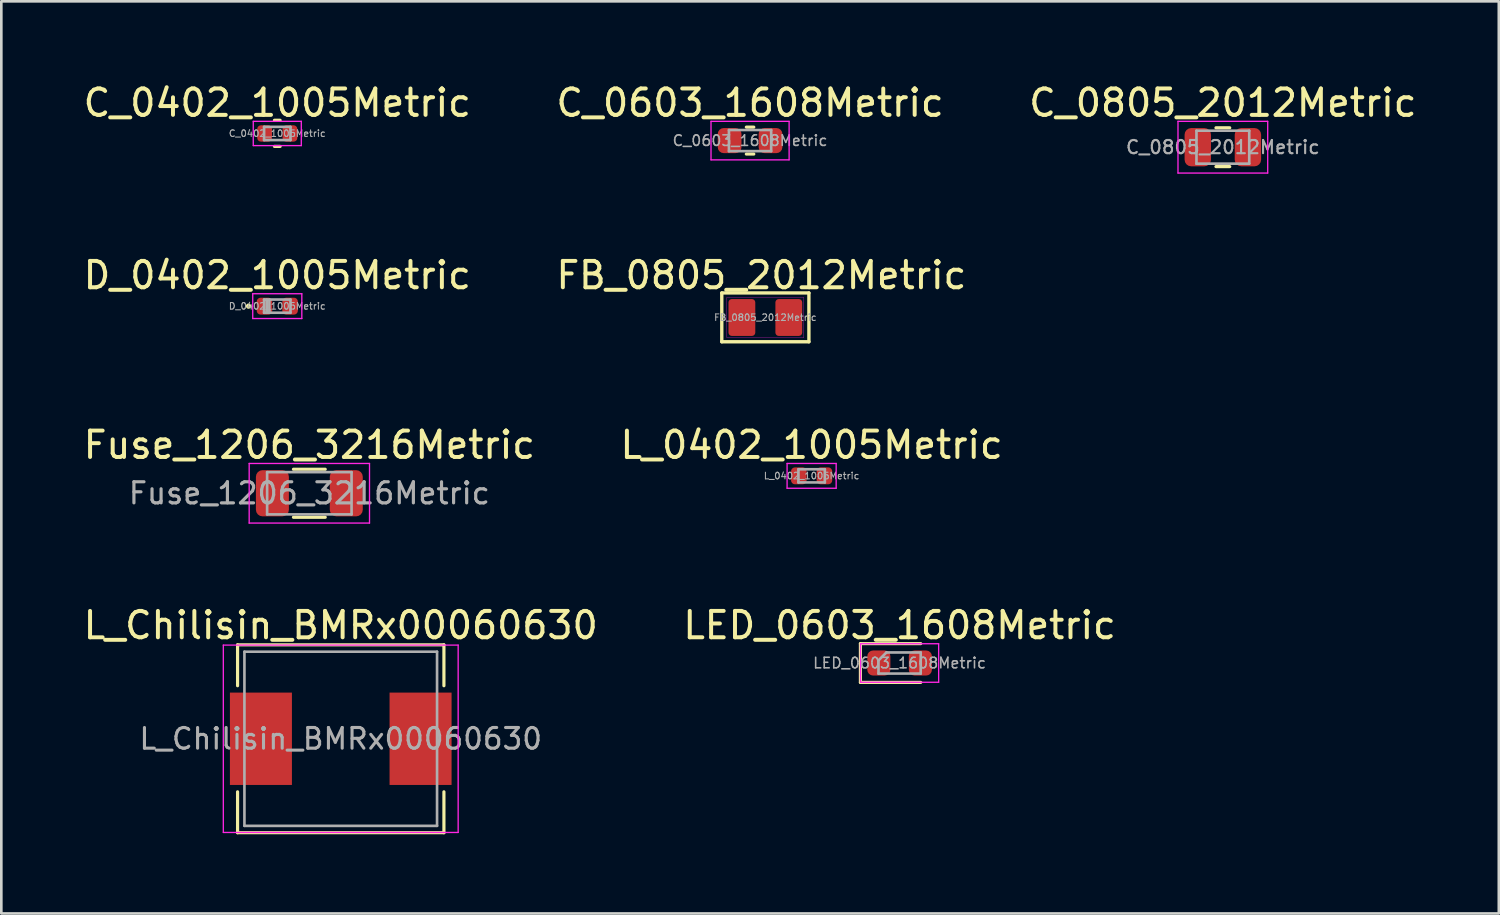
<source format=kicad_pcb>
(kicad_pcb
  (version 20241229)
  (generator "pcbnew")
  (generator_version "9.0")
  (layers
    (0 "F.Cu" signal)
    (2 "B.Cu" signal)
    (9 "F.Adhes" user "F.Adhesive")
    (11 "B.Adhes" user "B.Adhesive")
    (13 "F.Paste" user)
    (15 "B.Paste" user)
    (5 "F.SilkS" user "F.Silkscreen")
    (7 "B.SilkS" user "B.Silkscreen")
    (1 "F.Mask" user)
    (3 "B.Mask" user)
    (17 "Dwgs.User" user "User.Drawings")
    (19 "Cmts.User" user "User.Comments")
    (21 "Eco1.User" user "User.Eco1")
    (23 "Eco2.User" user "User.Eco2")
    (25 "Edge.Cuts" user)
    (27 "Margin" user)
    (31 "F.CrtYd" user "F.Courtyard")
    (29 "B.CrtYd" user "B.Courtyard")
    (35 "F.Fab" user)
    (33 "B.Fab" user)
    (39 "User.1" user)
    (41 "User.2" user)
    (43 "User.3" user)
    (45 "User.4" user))
  (footprint "L_Chilisin_BMRx00060630"
    (layer "F.Cu")
    (at 9.863 24.947)
    (property "Reference" "L_Chilisin_BMRx00060630" (at 0 -4.3 0) (layer "F.SilkS") (effects (font (size 1 1) (thickness 0.15))))
    (attr smd)
    (fp_line (start -3.91 -3.56) (end -3.91 -2.01) (stroke (width 0.12) (type solid)) (layer "F.SilkS"))
    (fp_line (start -3.91 -3.56) (end 3.91 -3.56) (stroke (width 0.12) (type solid)) (layer "F.SilkS"))
    (fp_line (start -3.91 3.56) (end -3.91 2.01) (stroke (width 0.12) (type solid)) (layer "F.SilkS"))
    (fp_line (start -3.91 3.56) (end 3.91 3.56) (stroke (width 0.12) (type solid)) (layer "F.SilkS"))
    (fp_line (start 3.91 -3.56) (end 3.91 -2.01) (stroke (width 0.12) (type solid)) (layer "F.SilkS"))
    (fp_line (start 3.91 3.56) (end 3.91 2.01) (stroke (width 0.12) (type solid)) (layer "F.SilkS"))
    (fp_line (start -4.45 -3.55) (end -4.45 3.55) (stroke (width 0.05) (type solid)) (layer "F.CrtYd"))
    (fp_line (start -4.45 3.55) (end 4.45 3.55) (stroke (width 0.05) (type solid)) (layer "F.CrtYd"))
    (fp_line (start 4.45 -3.55) (end -4.45 -3.55) (stroke (width 0.05) (type solid)) (layer "F.CrtYd"))
    (fp_line (start 4.45 3.55) (end 4.45 -3.55) (stroke (width 0.05) (type solid)) (layer "F.CrtYd"))
    (fp_line (start -3.65 -3.3) (end -3.65 3.3) (stroke (width 0.1) (type solid)) (layer "F.Fab"))
    (fp_line (start -3.65 3.3) (end 3.65 3.3) (stroke (width 0.1) (type solid)) (layer "F.Fab"))
    (fp_line (start 3.65 -3.3) (end -3.65 -3.3) (stroke (width 0.1) (type solid)) (layer "F.Fab"))
    (fp_line (start 3.65 3.3) (end 3.65 -3.3) (stroke (width 0.1) (type solid)) (layer "F.Fab"))
    (fp_text user "${REFERENCE}" (at 0 0 0) (layer "F.Fab") (effects (font (size 0.783 0.783) (thickness 0.117))))
    (pad "1" smd rect (at -3.025 0) (size 2.35 3.5) (layers "F.Cu" "F.Mask" "F.Paste"))
    (pad "2" smd rect (at 3.025 0) (size 2.35 3.5) (layers "F.Cu" "F.Mask" "F.Paste")))
  (footprint "FB_0805_2012Metric"
    (layer "F.Cu")
    (at 25.954 8.982)
    (property "Reference" "FB_0805_2012Metric" (at -0.15 -1.6 180) (layer "F.SilkS") (effects (font (size 1 1) (thickness 0.15))))
    (attr smd)
    (fp_line (start -1.651 -0.93) (end 1.651 -0.93) (stroke (width 0.127) (type solid)) (layer "F.SilkS"))
    (fp_line (start -1.651 0.92) (end -1.651 -0.93) (stroke (width 0.127) (type solid)) (layer "F.SilkS"))
    (fp_line (start 1.651 -0.93) (end 1.651 0.92) (stroke (width 0.127) (type solid)) (layer "F.SilkS"))
    (fp_line (start 1.651 0.92) (end -1.651 0.92) (stroke (width 0.127) (type solid)) (layer "F.SilkS"))
    (fp_poly (pts (xy -1.462 -0.762) (xy 1.46 -0.762) (xy 1.46 0.763) (xy -1.462 0.763)) (stroke (width 0.01) (type solid)) (fill no) (layer "F.CrtYd"))
    (fp_text user "${REFERENCE}" (at 0 0 0) (layer "F.Fab") (effects (font (size 0.25 0.25) (thickness 0.04))))
    (pad "1" smd roundrect (at -0.889 0) (size 1.016 1.397) (layers "F.Cu" "F.Mask" "F.Paste") (roundrect_rratio 0.125))
    (pad "2" smd roundrect (at 0.889 0) (size 1.016 1.397) (layers "F.Cu" "F.Mask" "F.Paste") (roundrect_rratio 0.125)))
  (footprint "LED_0603_1608Metric"
    (layer "F.Cu")
    (at 31.042 22.076)
    (property "Reference" "LED_0603_1608Metric" (at 0 -1.43 0) (layer "F.SilkS") (effects (font (size 1 1) (thickness 0.15))))
    (attr smd)
    (fp_line (start -1.485 -0.735) (end -1.485 0.735) (stroke (width 0.12) (type solid)) (layer "F.SilkS"))
    (fp_line (start -1.485 0.735) (end 0.8 0.735) (stroke (width 0.12) (type solid)) (layer "F.SilkS"))
    (fp_line (start 0.8 -0.735) (end -1.485 -0.735) (stroke (width 0.12) (type solid)) (layer "F.SilkS"))
    (fp_line (start -1.48 -0.73) (end 1.48 -0.73) (stroke (width 0.05) (type solid)) (layer "F.CrtYd"))
    (fp_line (start -1.48 0.73) (end -1.48 -0.73) (stroke (width 0.05) (type solid)) (layer "F.CrtYd"))
    (fp_line (start 1.48 -0.73) (end 1.48 0.73) (stroke (width 0.05) (type solid)) (layer "F.CrtYd"))
    (fp_line (start 1.48 0.73) (end -1.48 0.73) (stroke (width 0.05) (type solid)) (layer "F.CrtYd"))
    (fp_line (start -0.8 -0.1) (end -0.8 0.4) (stroke (width 0.1) (type solid)) (layer "F.Fab"))
    (fp_line (start -0.8 0.4) (end 0.8 0.4) (stroke (width 0.1) (type solid)) (layer "F.Fab"))
    (fp_line (start -0.5 -0.4) (end -0.8 -0.1) (stroke (width 0.1) (type solid)) (layer "F.Fab"))
    (fp_line (start 0.8 -0.4) (end -0.5 -0.4) (stroke (width 0.1) (type solid)) (layer "F.Fab"))
    (fp_line (start 0.8 0.4) (end 0.8 -0.4) (stroke (width 0.1) (type solid)) (layer "F.Fab"))
    (fp_text user "${REFERENCE}" (at 0 0 0) (layer "F.Fab") (effects (font (size 0.4 0.4) (thickness 0.06))))
    (pad "1" smd roundrect (at -0.787 0) (size 0.875 0.95) (layers "F.Cu" "F.Mask" "F.Paste") (roundrect_rratio 0.25))
    (pad "2" smd roundrect (at 0.787 0) (size 0.875 0.95) (layers "F.Cu" "F.Mask" "F.Paste") (roundrect_rratio 0.25)))
  (footprint "C_0402_1005Metric"
    (layer "F.Cu")
    (at 7.458 2.008)
    (property "Reference" "C_0402_1005Metric" (at 0 -1.16 0) (layer "F.SilkS") (effects (font (size 1 1) (thickness 0.15))))
    (attr smd)
    (fp_line (start -0.108 -0.5) (end 0.108 -0.5) (stroke (width 0.12) (type solid)) (layer "F.SilkS"))
    (fp_line (start -0.108 0.49) (end 0.108 0.49) (stroke (width 0.12) (type solid)) (layer "F.SilkS"))
    (fp_line (start -0.91 -0.46) (end 0.91 -0.46) (stroke (width 0.05) (type solid)) (layer "F.CrtYd"))
    (fp_line (start -0.91 0.46) (end -0.91 -0.46) (stroke (width 0.05) (type solid)) (layer "F.CrtYd"))
    (fp_line (start 0.91 -0.46) (end 0.91 0.46) (stroke (width 0.05) (type solid)) (layer "F.CrtYd"))
    (fp_line (start 0.91 0.46) (end -0.91 0.46) (stroke (width 0.05) (type solid)) (layer "F.CrtYd"))
    (fp_line (start -0.5 -0.25) (end 0.5 -0.25) (stroke (width 0.1) (type solid)) (layer "F.Fab"))
    (fp_line (start -0.5 0.25) (end -0.5 -0.25) (stroke (width 0.1) (type solid)) (layer "F.Fab"))
    (fp_line (start 0.5 -0.25) (end 0.5 0.25) (stroke (width 0.1) (type solid)) (layer "F.Fab"))
    (fp_line (start 0.5 0.25) (end -0.5 0.25) (stroke (width 0.1) (type solid)) (layer "F.Fab"))
    (fp_text user "${REFERENCE}" (at 0 0 0) (layer "F.Fab") (effects (font (size 0.25 0.25) (thickness 0.04))))
    (pad "1" smd roundrect (at -0.48 0) (size 0.56 0.62) (layers "F.Cu" "F.Mask" "F.Paste") (roundrect_rratio 0.25))
    (pad "2" smd roundrect (at 0.48 0) (size 0.56 0.62) (layers "F.Cu" "F.Mask" "F.Paste") (roundrect_rratio 0.25)))
  (footprint "L_0402_1005Metric"
    (layer "F.Cu")
    (at 27.708 14.983)
    (property "Reference" "L_0402_1005Metric" (at 0 -1.17 0) (layer "F.SilkS") (effects (font (size 1 1) (thickness 0.15))))
    (attr smd)
    (fp_line (start -0.93 -0.47) (end 0.93 -0.47) (stroke (width 0.05) (type solid)) (layer "F.CrtYd"))
    (fp_line (start -0.93 0.47) (end -0.93 -0.47) (stroke (width 0.05) (type solid)) (layer "F.CrtYd"))
    (fp_line (start 0.93 -0.47) (end 0.93 0.47) (stroke (width 0.05) (type solid)) (layer "F.CrtYd"))
    (fp_line (start 0.93 0.47) (end -0.93 0.47) (stroke (width 0.05) (type solid)) (layer "F.CrtYd"))
    (fp_line (start -0.5 -0.25) (end 0.5 -0.25) (stroke (width 0.1) (type solid)) (layer "F.Fab"))
    (fp_line (start -0.5 0.25) (end -0.5 -0.25) (stroke (width 0.1) (type solid)) (layer "F.Fab"))
    (fp_line (start 0.5 -0.25) (end 0.5 0.25) (stroke (width 0.1) (type solid)) (layer "F.Fab"))
    (fp_line (start 0.5 0.25) (end -0.5 0.25) (stroke (width 0.1) (type solid)) (layer "F.Fab"))
    (fp_text user "${REFERENCE}" (at 0 0 0) (layer "F.Fab") (effects (font (size 0.25 0.25) (thickness 0.04))))
    (pad "1" smd roundrect (at -0.485 0) (size 0.59 0.64) (layers "F.Cu" "F.Mask" "F.Paste") (roundrect_rratio 0.25))
    (pad "2" smd roundrect (at 0.485 0) (size 0.59 0.64) (layers "F.Cu" "F.Mask" "F.Paste") (roundrect_rratio 0.25)))
  (footprint "D_0402_1005Metric"
    (layer "F.Cu")
    (at 7.458 8.552)
    (property "Reference" "D_0402_1005Metric" (at 0 -1.17 180) (layer "F.SilkS") (effects (font (size 1 1) (thickness 0.15))))
    (attr smd)
    (fp_circle (center -1.09 0) (end -1.04 0) (stroke (width 0.1) (type solid)) (fill no) (layer "F.SilkS"))
    (fp_line (start -0.93 -0.47) (end 0.93 -0.47) (stroke (width 0.05) (type solid)) (layer "F.CrtYd"))
    (fp_line (start -0.93 0.47) (end -0.93 -0.47) (stroke (width 0.05) (type solid)) (layer "F.CrtYd"))
    (fp_line (start 0.93 -0.47) (end 0.93 0.47) (stroke (width 0.05) (type solid)) (layer "F.CrtYd"))
    (fp_line (start 0.93 0.47) (end -0.93 0.47) (stroke (width 0.05) (type solid)) (layer "F.CrtYd"))
    (fp_line (start -0.5 -0.25) (end 0.5 -0.25) (stroke (width 0.1) (type solid)) (layer "F.Fab"))
    (fp_line (start -0.5 0.25) (end -0.5 -0.25) (stroke (width 0.1) (type solid)) (layer "F.Fab"))
    (fp_line (start -0.4 0.25) (end -0.4 -0.25) (stroke (width 0.1) (type solid)) (layer "F.Fab"))
    (fp_line (start -0.3 0.25) (end -0.3 -0.25) (stroke (width 0.1) (type solid)) (layer "F.Fab"))
    (fp_line (start 0.5 -0.25) (end 0.5 0.25) (stroke (width 0.1) (type solid)) (layer "F.Fab"))
    (fp_line (start 0.5 0.25) (end -0.5 0.25) (stroke (width 0.1) (type solid)) (layer "F.Fab"))
    (fp_text user "${REFERENCE}" (at 0 0 180) (layer "F.Fab") (effects (font (size 0.25 0.25) (thickness 0.04))))
    (pad "1" smd roundrect (at -0.485 0) (size 0.59 0.64) (layers "F.Cu" "F.Mask" "F.Paste") (roundrect_rratio 0.25))
    (pad "2" smd roundrect (at 0.485 0) (size 0.59 0.64) (layers "F.Cu" "F.Mask" "F.Paste") (roundrect_rratio 0.25)))
  (footprint "Fuse_1206_3216Metric"
    (layer "F.Cu")
    (at 8.673 15.643)
    (property "Reference" "Fuse_1206_3216Metric" (at 0 -1.83 0) (layer "F.SilkS") (effects (font (size 1 1) (thickness 0.15))))
    (attr smd)
    (fp_line (start -0.602 -0.91) (end 0.602 -0.91) (stroke (width 0.12) (type solid)) (layer "F.SilkS"))
    (fp_line (start -0.602 0.91) (end 0.602 0.91) (stroke (width 0.12) (type solid)) (layer "F.SilkS"))
    (fp_line (start -2.28 -1.13) (end 2.28 -1.13) (stroke (width 0.05) (type solid)) (layer "F.CrtYd"))
    (fp_line (start -2.28 1.13) (end -2.28 -1.13) (stroke (width 0.05) (type solid)) (layer "F.CrtYd"))
    (fp_line (start 2.28 -1.13) (end 2.28 1.13) (stroke (width 0.05) (type solid)) (layer "F.CrtYd"))
    (fp_line (start 2.28 1.13) (end -2.28 1.13) (stroke (width 0.05) (type solid)) (layer "F.CrtYd"))
    (fp_line (start -1.6 -0.8) (end 1.6 -0.8) (stroke (width 0.1) (type solid)) (layer "F.Fab"))
    (fp_line (start -1.6 0.8) (end -1.6 -0.8) (stroke (width 0.1) (type solid)) (layer "F.Fab"))
    (fp_line (start 1.6 -0.8) (end 1.6 0.8) (stroke (width 0.1) (type solid)) (layer "F.Fab"))
    (fp_line (start 1.6 0.8) (end -1.6 0.8) (stroke (width 0.1) (type solid)) (layer "F.Fab"))
    (fp_text user "${REFERENCE}" (at 0 0 0) (layer "F.Fab") (effects (font (size 0.8 0.8) (thickness 0.12))))
    (pad "1" smd roundrect (at -1.4 0) (size 1.25 1.75) (layers "F.Cu" "F.Mask" "F.Paste") (roundrect_rratio 0.2))
    (pad "2" smd roundrect (at 1.4 0) (size 1.25 1.75) (layers "F.Cu" "F.Mask" "F.Paste") (roundrect_rratio 0.2)))
  (footprint "C_0603_1608Metric"
    (layer "F.Cu")
    (at 25.375 2.278)
    (property "Reference" "C_0603_1608Metric" (at 0 -1.43 0) (layer "F.SilkS") (effects (font (size 1 1) (thickness 0.15))))
    (attr smd)
    (fp_line (start -0.141 -0.51) (end 0.141 -0.51) (stroke (width 0.12) (type solid)) (layer "F.SilkS"))
    (fp_line (start -0.141 0.51) (end 0.141 0.51) (stroke (width 0.12) (type solid)) (layer "F.SilkS"))
    (fp_line (start -1.48 -0.73) (end 1.48 -0.73) (stroke (width 0.05) (type solid)) (layer "F.CrtYd"))
    (fp_line (start -1.48 0.73) (end -1.48 -0.73) (stroke (width 0.05) (type solid)) (layer "F.CrtYd"))
    (fp_line (start 1.48 -0.73) (end 1.48 0.73) (stroke (width 0.05) (type solid)) (layer "F.CrtYd"))
    (fp_line (start 1.48 0.73) (end -1.48 0.73) (stroke (width 0.05) (type solid)) (layer "F.CrtYd"))
    (fp_line (start -0.8 -0.4) (end 0.8 -0.4) (stroke (width 0.1) (type solid)) (layer "F.Fab"))
    (fp_line (start -0.8 0.4) (end -0.8 -0.4) (stroke (width 0.1) (type solid)) (layer "F.Fab"))
    (fp_line (start 0.8 -0.4) (end 0.8 0.4) (stroke (width 0.1) (type solid)) (layer "F.Fab"))
    (fp_line (start 0.8 0.4) (end -0.8 0.4) (stroke (width 0.1) (type solid)) (layer "F.Fab"))
    (fp_text user "${REFERENCE}" (at 0 0 0) (layer "F.Fab") (effects (font (size 0.4 0.4) (thickness 0.06))))
    (pad "1" smd roundrect (at -0.775 0) (size 0.9 0.95) (layers "F.Cu" "F.Mask" "F.Paste") (roundrect_rratio 0.25))
    (pad "2" smd roundrect (at 0.775 0) (size 0.9 0.95) (layers "F.Cu" "F.Mask" "F.Paste") (roundrect_rratio 0.25)))
  (footprint "C_0805_2012Metric"
    (layer "F.Cu")
    (at 43.292 2.528)
    (property "Reference" "C_0805_2012Metric" (at 0 -1.68 0) (layer "F.SilkS") (effects (font (size 1 1) (thickness 0.15))))
    (attr smd)
    (fp_line (start -0.261 -0.735) (end 0.261 -0.735) (stroke (width 0.12) (type solid)) (layer "F.SilkS"))
    (fp_line (start -0.261 0.735) (end 0.261 0.735) (stroke (width 0.12) (type solid)) (layer "F.SilkS"))
    (fp_line (start -1.7 -0.98) (end 1.7 -0.98) (stroke (width 0.05) (type solid)) (layer "F.CrtYd"))
    (fp_line (start -1.7 0.98) (end -1.7 -0.98) (stroke (width 0.05) (type solid)) (layer "F.CrtYd"))
    (fp_line (start 1.7 -0.98) (end 1.7 0.98) (stroke (width 0.05) (type solid)) (layer "F.CrtYd"))
    (fp_line (start 1.7 0.98) (end -1.7 0.98) (stroke (width 0.05) (type solid)) (layer "F.CrtYd"))
    (fp_line (start -1 -0.625) (end 1 -0.625) (stroke (width 0.1) (type solid)) (layer "F.Fab"))
    (fp_line (start -1 0.625) (end -1 -0.625) (stroke (width 0.1) (type solid)) (layer "F.Fab"))
    (fp_line (start 1 -0.625) (end 1 0.625) (stroke (width 0.1) (type solid)) (layer "F.Fab"))
    (fp_line (start 1 0.625) (end -1 0.625) (stroke (width 0.1) (type solid)) (layer "F.Fab"))
    (fp_text user "${REFERENCE}" (at 0 0 0) (layer "F.Fab") (effects (font (size 0.5 0.5) (thickness 0.08))))
    (pad "1" smd roundrect (at -0.95 0) (size 1 1.45) (layers "F.Cu" "F.Mask" "F.Paste") (roundrect_rratio 0.25))
    (pad "2" smd roundrect (at 0.95 0) (size 1 1.45) (layers "F.Cu" "F.Mask" "F.Paste") (roundrect_rratio 0.25)))
  (gr_rect
    (start -3 -3)
    (end 53.75 31.567)
    (stroke (width 0.1) (type default))
    (fill no)
    (layer "Edge.Cuts")))
</source>
